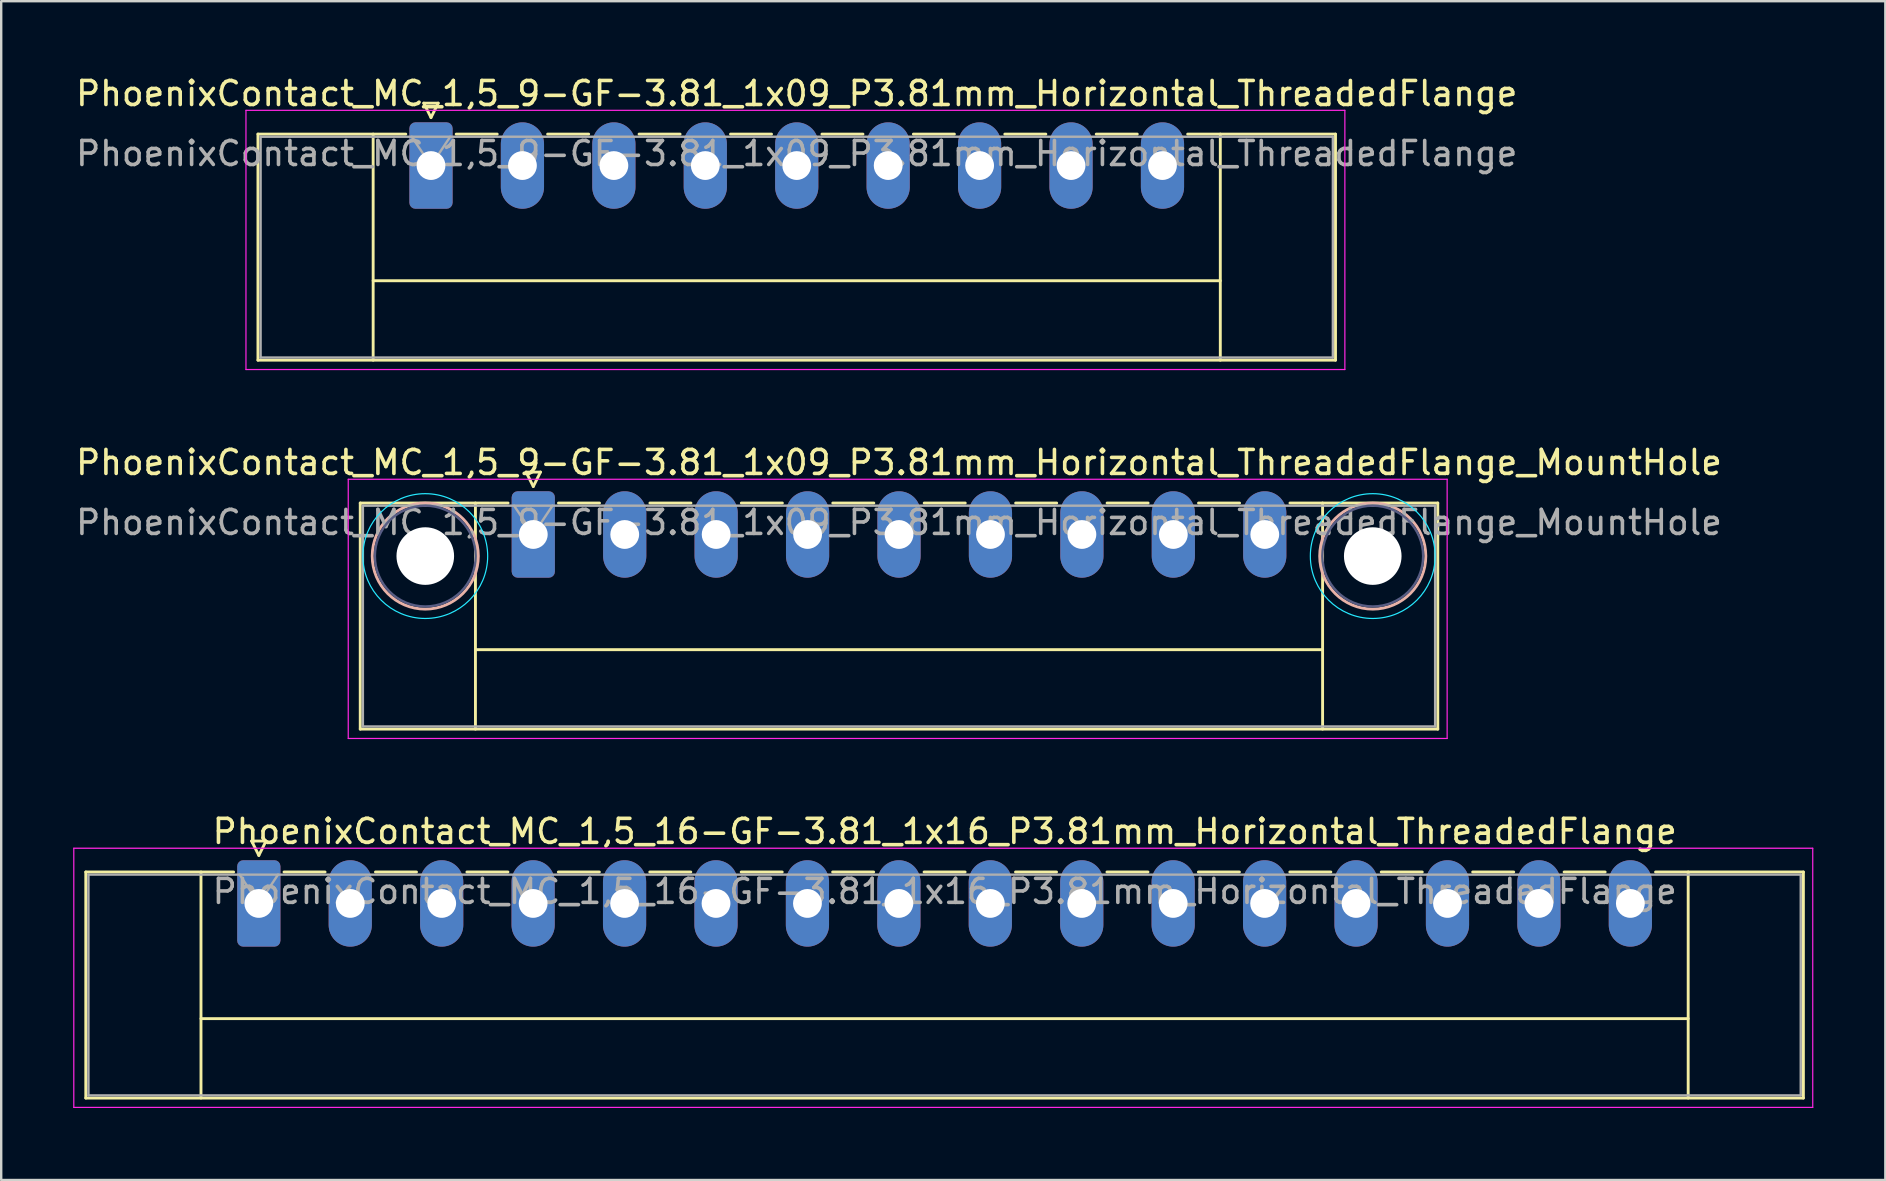
<source format=kicad_pcb>
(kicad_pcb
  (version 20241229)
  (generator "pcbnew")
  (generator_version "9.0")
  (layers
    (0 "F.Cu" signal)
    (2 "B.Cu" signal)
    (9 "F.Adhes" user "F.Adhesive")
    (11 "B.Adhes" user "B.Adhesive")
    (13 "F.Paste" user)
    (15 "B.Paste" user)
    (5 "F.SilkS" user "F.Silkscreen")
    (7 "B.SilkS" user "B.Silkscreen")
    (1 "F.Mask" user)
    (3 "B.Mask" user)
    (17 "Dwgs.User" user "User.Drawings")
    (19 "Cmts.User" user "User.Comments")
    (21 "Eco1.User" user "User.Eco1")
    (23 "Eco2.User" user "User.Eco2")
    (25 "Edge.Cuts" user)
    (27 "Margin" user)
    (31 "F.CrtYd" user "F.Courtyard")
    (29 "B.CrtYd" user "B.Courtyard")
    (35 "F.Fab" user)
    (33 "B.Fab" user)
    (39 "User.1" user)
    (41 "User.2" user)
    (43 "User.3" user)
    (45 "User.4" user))
  (footprint "PhoenixContact_MC_1,5_9-GF-3.81_1x09_P3.81mm_Horizontal_ThreadedFlange"
    (layer "F.Cu")
    (at 14.909 3.848)
    (property "Reference" "PhoenixContact_MC_1,5_9-GF-3.81_1x09_P3.81mm_Horizontal_ThreadedFlange" (at 15.24 -3 0) (layer "F.SilkS") (effects (font (size 1 1) (thickness 0.15))))
    (attr through_hole)
    (fp_line (start -7.21 -1.31) (end -7.21 8.11) (stroke (width 0.12) (type solid)) (layer "F.SilkS"))
    (fp_line (start -7.21 -1.31) (end -1.05 -1.31) (stroke (width 0.12) (type solid)) (layer "F.SilkS"))
    (fp_line (start -7.21 8.11) (end 37.69 8.11) (stroke (width 0.12) (type solid)) (layer "F.SilkS"))
    (fp_line (start -2.41 -1.31) (end -2.41 8.11) (stroke (width 0.12) (type solid)) (layer "F.SilkS"))
    (fp_line (start -2.41 4.8) (end 32.89 4.8) (stroke (width 0.12) (type solid)) (layer "F.SilkS"))
    (fp_line (start -0.3 -2.6) (end 0.3 -2.6) (stroke (width 0.12) (type solid)) (layer "F.SilkS"))
    (fp_line (start 0 -2) (end -0.3 -2.6) (stroke (width 0.12) (type solid)) (layer "F.SilkS"))
    (fp_line (start 0.3 -2.6) (end 0 -2) (stroke (width 0.12) (type solid)) (layer "F.SilkS"))
    (fp_line (start 1.05 -1.31) (end 2.76 -1.31) (stroke (width 0.12) (type solid)) (layer "F.SilkS"))
    (fp_line (start 4.86 -1.31) (end 6.57 -1.31) (stroke (width 0.12) (type solid)) (layer "F.SilkS"))
    (fp_line (start 8.67 -1.31) (end 10.38 -1.31) (stroke (width 0.12) (type solid)) (layer "F.SilkS"))
    (fp_line (start 12.48 -1.31) (end 14.19 -1.31) (stroke (width 0.12) (type solid)) (layer "F.SilkS"))
    (fp_line (start 16.29 -1.31) (end 18 -1.31) (stroke (width 0.12) (type solid)) (layer "F.SilkS"))
    (fp_line (start 20.1 -1.31) (end 21.81 -1.31) (stroke (width 0.12) (type solid)) (layer "F.SilkS"))
    (fp_line (start 23.91 -1.31) (end 25.62 -1.31) (stroke (width 0.12) (type solid)) (layer "F.SilkS"))
    (fp_line (start 27.72 -1.31) (end 29.43 -1.31) (stroke (width 0.12) (type solid)) (layer "F.SilkS"))
    (fp_line (start 32.89 -1.31) (end 32.89 8.11) (stroke (width 0.12) (type solid)) (layer "F.SilkS"))
    (fp_line (start 37.69 -1.31) (end 31.53 -1.31) (stroke (width 0.12) (type solid)) (layer "F.SilkS"))
    (fp_line (start 37.69 8.11) (end 37.69 -1.31) (stroke (width 0.12) (type solid)) (layer "F.SilkS"))
    (fp_line (start -7.71 -2.3) (end -7.71 8.5) (stroke (width 0.05) (type solid)) (layer "F.CrtYd"))
    (fp_line (start -7.71 8.5) (end 38.08 8.5) (stroke (width 0.05) (type solid)) (layer "F.CrtYd"))
    (fp_line (start 38.08 -2.3) (end -7.71 -2.3) (stroke (width 0.05) (type solid)) (layer "F.CrtYd"))
    (fp_line (start 38.08 8.5) (end 38.08 -2.3) (stroke (width 0.05) (type solid)) (layer "F.CrtYd"))
    (fp_line (start -7.1 -1.2) (end -7.1 8) (stroke (width 0.1) (type solid)) (layer "F.Fab"))
    (fp_line (start -7.1 8) (end 37.58 8) (stroke (width 0.1) (type solid)) (layer "F.Fab"))
    (fp_line (start 0 0) (end -0.8 -1.2) (stroke (width 0.1) (type solid)) (layer "F.Fab"))
    (fp_line (start 0.8 -1.2) (end 0 0) (stroke (width 0.1) (type solid)) (layer "F.Fab"))
    (fp_line (start 37.58 -1.2) (end -7.1 -1.2) (stroke (width 0.1) (type solid)) (layer "F.Fab"))
    (fp_line (start 37.58 8) (end 37.58 -1.2) (stroke (width 0.1) (type solid)) (layer "F.Fab"))
    (fp_text user "${REFERENCE}" (at 15.24 -0.5 0) (layer "F.Fab") (effects (font (size 1 1) (thickness 0.15))))
    (pad "1" thru_hole roundrect (at 0 0) (size 1.8 3.6) (drill 1.2) (layers "*.Cu" "*.Mask") (roundrect_rratio 0.139))
    (pad "2" thru_hole oval (at 3.81 0) (size 1.8 3.6) (drill 1.2) (layers "*.Cu" "*.Mask"))
    (pad "3" thru_hole oval (at 7.62 0) (size 1.8 3.6) (drill 1.2) (layers "*.Cu" "*.Mask"))
    (pad "4" thru_hole oval (at 11.43 0) (size 1.8 3.6) (drill 1.2) (layers "*.Cu" "*.Mask"))
    (pad "5" thru_hole oval (at 15.24 0) (size 1.8 3.6) (drill 1.2) (layers "*.Cu" "*.Mask"))
    (pad "6" thru_hole oval (at 19.05 0) (size 1.8 3.6) (drill 1.2) (layers "*.Cu" "*.Mask"))
    (pad "7" thru_hole oval (at 22.86 0) (size 1.8 3.6) (drill 1.2) (layers "*.Cu" "*.Mask"))
    (pad "8" thru_hole oval (at 26.67 0) (size 1.8 3.6) (drill 1.2) (layers "*.Cu" "*.Mask"))
    (pad "9" thru_hole oval (at 30.48 0) (size 1.8 3.6) (drill 1.2) (layers "*.Cu" "*.Mask")))
  (footprint "PhoenixContact_MC_1,5_9-GF-3.81_1x09_P3.81mm_Horizontal_ThreadedFlange_MountHole"
    (layer "F.Cu")
    (at 19.171 19.221)
    (property "Reference" "PhoenixContact_MC_1,5_9-GF-3.81_1x09_P3.81mm_Horizontal_ThreadedFlange_MountHole" (at 15.24 -3 0) (layer "F.SilkS") (effects (font (size 1 1) (thickness 0.15))))
    (attr through_hole)
    (fp_line (start -7.21 -1.31) (end -7.21 8.11) (stroke (width 0.12) (type solid)) (layer "F.SilkS"))
    (fp_line (start -7.21 -1.31) (end -1.05 -1.31) (stroke (width 0.12) (type solid)) (layer "F.SilkS"))
    (fp_line (start -7.21 8.11) (end 37.69 8.11) (stroke (width 0.12) (type solid)) (layer "F.SilkS"))
    (fp_line (start -2.41 -1.31) (end -2.41 8.11) (stroke (width 0.12) (type solid)) (layer "F.SilkS"))
    (fp_line (start -2.41 4.8) (end 32.89 4.8) (stroke (width 0.12) (type solid)) (layer "F.SilkS"))
    (fp_line (start -0.3 -2.6) (end 0.3 -2.6) (stroke (width 0.12) (type solid)) (layer "F.SilkS"))
    (fp_line (start 0 -2) (end -0.3 -2.6) (stroke (width 0.12) (type solid)) (layer "F.SilkS"))
    (fp_line (start 0.3 -2.6) (end 0 -2) (stroke (width 0.12) (type solid)) (layer "F.SilkS"))
    (fp_line (start 1.05 -1.31) (end 2.76 -1.31) (stroke (width 0.12) (type solid)) (layer "F.SilkS"))
    (fp_line (start 4.86 -1.31) (end 6.57 -1.31) (stroke (width 0.12) (type solid)) (layer "F.SilkS"))
    (fp_line (start 8.67 -1.31) (end 10.38 -1.31) (stroke (width 0.12) (type solid)) (layer "F.SilkS"))
    (fp_line (start 12.48 -1.31) (end 14.19 -1.31) (stroke (width 0.12) (type solid)) (layer "F.SilkS"))
    (fp_line (start 16.29 -1.31) (end 18 -1.31) (stroke (width 0.12) (type solid)) (layer "F.SilkS"))
    (fp_line (start 20.1 -1.31) (end 21.81 -1.31) (stroke (width 0.12) (type solid)) (layer "F.SilkS"))
    (fp_line (start 23.91 -1.31) (end 25.62 -1.31) (stroke (width 0.12) (type solid)) (layer "F.SilkS"))
    (fp_line (start 27.72 -1.31) (end 29.43 -1.31) (stroke (width 0.12) (type solid)) (layer "F.SilkS"))
    (fp_line (start 32.89 -1.31) (end 32.89 8.11) (stroke (width 0.12) (type solid)) (layer "F.SilkS"))
    (fp_line (start 37.69 -1.31) (end 31.53 -1.31) (stroke (width 0.12) (type solid)) (layer "F.SilkS"))
    (fp_line (start 37.69 8.11) (end 37.69 -1.31) (stroke (width 0.12) (type solid)) (layer "F.SilkS"))
    (fp_circle (center -4.5 0.9) (end -2.29 0.9) (stroke (width 0.12) (type solid)) (fill no) (layer "B.SilkS"))
    (fp_circle (center 34.98 0.9) (end 37.19 0.9) (stroke (width 0.12) (type solid)) (fill no) (layer "B.SilkS"))
    (fp_circle (center -4.5 0.9) (end -1.9 0.9) (stroke (width 0.05) (type solid)) (fill no) (layer "B.CrtYd"))
    (fp_circle (center 34.98 0.9) (end 37.58 0.9) (stroke (width 0.05) (type solid)) (fill no) (layer "B.CrtYd"))
    (fp_line (start -7.71 -2.3) (end -7.71 8.5) (stroke (width 0.05) (type solid)) (layer "F.CrtYd"))
    (fp_line (start -7.71 8.5) (end 38.08 8.5) (stroke (width 0.05) (type solid)) (layer "F.CrtYd"))
    (fp_line (start 38.08 -2.3) (end -7.71 -2.3) (stroke (width 0.05) (type solid)) (layer "F.CrtYd"))
    (fp_line (start 38.08 8.5) (end 38.08 -2.3) (stroke (width 0.05) (type solid)) (layer "F.CrtYd"))
    (fp_circle (center -4.5 0.9) (end -2.4 0.9) (stroke (width 0.1) (type solid)) (fill no) (layer "B.Fab"))
    (fp_circle (center 34.98 0.9) (end 37.08 0.9) (stroke (width 0.1) (type solid)) (fill no) (layer "B.Fab"))
    (fp_line (start -7.1 -1.2) (end -7.1 8) (stroke (width 0.1) (type solid)) (layer "F.Fab"))
    (fp_line (start -7.1 8) (end 37.58 8) (stroke (width 0.1) (type solid)) (layer "F.Fab"))
    (fp_line (start 0 0) (end -0.8 -1.2) (stroke (width 0.1) (type solid)) (layer "F.Fab"))
    (fp_line (start 0.8 -1.2) (end 0 0) (stroke (width 0.1) (type solid)) (layer "F.Fab"))
    (fp_line (start 37.58 -1.2) (end -7.1 -1.2) (stroke (width 0.1) (type solid)) (layer "F.Fab"))
    (fp_line (start 37.58 8) (end 37.58 -1.2) (stroke (width 0.1) (type solid)) (layer "F.Fab"))
    (fp_text user "${REFERENCE}" (at 15.24 -0.5 0) (layer "F.Fab") (effects (font (size 1 1) (thickness 0.15))))
    (pad "" np_thru_hole circle (at -4.5 0.9) (size 2.4 2.4) (drill 2.4) (layers "*.Cu" "*.Mask"))
    (pad "" np_thru_hole circle (at 34.98 0.9) (size 2.4 2.4) (drill 2.4) (layers "*.Cu" "*.Mask"))
    (pad "1" thru_hole roundrect (at 0 0) (size 1.8 3.6) (drill 1.2) (layers "*.Cu" "*.Mask") (roundrect_rratio 0.139))
    (pad "2" thru_hole oval (at 3.81 0) (size 1.8 3.6) (drill 1.2) (layers "*.Cu" "*.Mask"))
    (pad "3" thru_hole oval (at 7.62 0) (size 1.8 3.6) (drill 1.2) (layers "*.Cu" "*.Mask"))
    (pad "4" thru_hole oval (at 11.43 0) (size 1.8 3.6) (drill 1.2) (layers "*.Cu" "*.Mask"))
    (pad "5" thru_hole oval (at 15.24 0) (size 1.8 3.6) (drill 1.2) (layers "*.Cu" "*.Mask"))
    (pad "6" thru_hole oval (at 19.05 0) (size 1.8 3.6) (drill 1.2) (layers "*.Cu" "*.Mask"))
    (pad "7" thru_hole oval (at 22.86 0) (size 1.8 3.6) (drill 1.2) (layers "*.Cu" "*.Mask"))
    (pad "8" thru_hole oval (at 26.67 0) (size 1.8 3.6) (drill 1.2) (layers "*.Cu" "*.Mask"))
    (pad "9" thru_hole oval (at 30.48 0) (size 1.8 3.6) (drill 1.2) (layers "*.Cu" "*.Mask")))
  (footprint "PhoenixContact_MC_1,5_16-GF-3.81_1x16_P3.81mm_Horizontal_ThreadedFlange"
    (layer "F.Cu")
    (at 7.735 34.595)
    (property "Reference" "PhoenixContact_MC_1,5_16-GF-3.81_1x16_P3.81mm_Horizontal_ThreadedFlange" (at 28.58 -3 0) (layer "F.SilkS") (effects (font (size 1 1) (thickness 0.15))))
    (attr through_hole)
    (fp_line (start -7.21 -1.31) (end -7.21 8.11) (stroke (width 0.12) (type solid)) (layer "F.SilkS"))
    (fp_line (start -7.21 -1.31) (end -1.05 -1.31) (stroke (width 0.12) (type solid)) (layer "F.SilkS"))
    (fp_line (start -7.21 8.11) (end 64.36 8.11) (stroke (width 0.12) (type solid)) (layer "F.SilkS"))
    (fp_line (start -2.41 -1.31) (end -2.41 8.11) (stroke (width 0.12) (type solid)) (layer "F.SilkS"))
    (fp_line (start -2.41 4.8) (end 59.56 4.8) (stroke (width 0.12) (type solid)) (layer "F.SilkS"))
    (fp_line (start -0.3 -2.6) (end 0.3 -2.6) (stroke (width 0.12) (type solid)) (layer "F.SilkS"))
    (fp_line (start 0 -2) (end -0.3 -2.6) (stroke (width 0.12) (type solid)) (layer "F.SilkS"))
    (fp_line (start 0.3 -2.6) (end 0 -2) (stroke (width 0.12) (type solid)) (layer "F.SilkS"))
    (fp_line (start 1.05 -1.31) (end 2.76 -1.31) (stroke (width 0.12) (type solid)) (layer "F.SilkS"))
    (fp_line (start 4.86 -1.31) (end 6.57 -1.31) (stroke (width 0.12) (type solid)) (layer "F.SilkS"))
    (fp_line (start 8.67 -1.31) (end 10.38 -1.31) (stroke (width 0.12) (type solid)) (layer "F.SilkS"))
    (fp_line (start 12.48 -1.31) (end 14.19 -1.31) (stroke (width 0.12) (type solid)) (layer "F.SilkS"))
    (fp_line (start 16.29 -1.31) (end 18 -1.31) (stroke (width 0.12) (type solid)) (layer "F.SilkS"))
    (fp_line (start 20.1 -1.31) (end 21.81 -1.31) (stroke (width 0.12) (type solid)) (layer "F.SilkS"))
    (fp_line (start 23.91 -1.31) (end 25.62 -1.31) (stroke (width 0.12) (type solid)) (layer "F.SilkS"))
    (fp_line (start 27.72 -1.31) (end 29.43 -1.31) (stroke (width 0.12) (type solid)) (layer "F.SilkS"))
    (fp_line (start 31.53 -1.31) (end 33.24 -1.31) (stroke (width 0.12) (type solid)) (layer "F.SilkS"))
    (fp_line (start 35.34 -1.31) (end 37.05 -1.31) (stroke (width 0.12) (type solid)) (layer "F.SilkS"))
    (fp_line (start 39.15 -1.31) (end 40.86 -1.31) (stroke (width 0.12) (type solid)) (layer "F.SilkS"))
    (fp_line (start 42.96 -1.31) (end 44.67 -1.31) (stroke (width 0.12) (type solid)) (layer "F.SilkS"))
    (fp_line (start 46.77 -1.31) (end 48.48 -1.31) (stroke (width 0.12) (type solid)) (layer "F.SilkS"))
    (fp_line (start 50.58 -1.31) (end 52.29 -1.31) (stroke (width 0.12) (type solid)) (layer "F.SilkS"))
    (fp_line (start 54.39 -1.31) (end 56.1 -1.31) (stroke (width 0.12) (type solid)) (layer "F.SilkS"))
    (fp_line (start 59.56 -1.31) (end 59.56 8.11) (stroke (width 0.12) (type solid)) (layer "F.SilkS"))
    (fp_line (start 64.36 -1.31) (end 58.2 -1.31) (stroke (width 0.12) (type solid)) (layer "F.SilkS"))
    (fp_line (start 64.36 8.11) (end 64.36 -1.31) (stroke (width 0.12) (type solid)) (layer "F.SilkS"))
    (fp_line (start -7.71 -2.3) (end -7.71 8.5) (stroke (width 0.05) (type solid)) (layer "F.CrtYd"))
    (fp_line (start -7.71 8.5) (end 64.75 8.5) (stroke (width 0.05) (type solid)) (layer "F.CrtYd"))
    (fp_line (start 64.75 -2.3) (end -7.71 -2.3) (stroke (width 0.05) (type solid)) (layer "F.CrtYd"))
    (fp_line (start 64.75 8.5) (end 64.75 -2.3) (stroke (width 0.05) (type solid)) (layer "F.CrtYd"))
    (fp_line (start -7.1 -1.2) (end -7.1 8) (stroke (width 0.1) (type solid)) (layer "F.Fab"))
    (fp_line (start -7.1 8) (end 64.25 8) (stroke (width 0.1) (type solid)) (layer "F.Fab"))
    (fp_line (start 0 0) (end -0.8 -1.2) (stroke (width 0.1) (type solid)) (layer "F.Fab"))
    (fp_line (start 0.8 -1.2) (end 0 0) (stroke (width 0.1) (type solid)) (layer "F.Fab"))
    (fp_line (start 64.25 -1.2) (end -7.1 -1.2) (stroke (width 0.1) (type solid)) (layer "F.Fab"))
    (fp_line (start 64.25 8) (end 64.25 -1.2) (stroke (width 0.1) (type solid)) (layer "F.Fab"))
    (fp_text user "${REFERENCE}" (at 28.58 -0.5 0) (layer "F.Fab") (effects (font (size 1 1) (thickness 0.15))))
    (pad "1" thru_hole roundrect (at 0 0) (size 1.8 3.6) (drill 1.2) (layers "*.Cu" "*.Mask") (roundrect_rratio 0.139))
    (pad "2" thru_hole oval (at 3.81 0) (size 1.8 3.6) (drill 1.2) (layers "*.Cu" "*.Mask"))
    (pad "3" thru_hole oval (at 7.62 0) (size 1.8 3.6) (drill 1.2) (layers "*.Cu" "*.Mask"))
    (pad "4" thru_hole oval (at 11.43 0) (size 1.8 3.6) (drill 1.2) (layers "*.Cu" "*.Mask"))
    (pad "5" thru_hole oval (at 15.24 0) (size 1.8 3.6) (drill 1.2) (layers "*.Cu" "*.Mask"))
    (pad "6" thru_hole oval (at 19.05 0) (size 1.8 3.6) (drill 1.2) (layers "*.Cu" "*.Mask"))
    (pad "7" thru_hole oval (at 22.86 0) (size 1.8 3.6) (drill 1.2) (layers "*.Cu" "*.Mask"))
    (pad "8" thru_hole oval (at 26.67 0) (size 1.8 3.6) (drill 1.2) (layers "*.Cu" "*.Mask"))
    (pad "9" thru_hole oval (at 30.48 0) (size 1.8 3.6) (drill 1.2) (layers "*.Cu" "*.Mask"))
    (pad "10" thru_hole oval (at 34.29 0) (size 1.8 3.6) (drill 1.2) (layers "*.Cu" "*.Mask"))
    (pad "11" thru_hole oval (at 38.1 0) (size 1.8 3.6) (drill 1.2) (layers "*.Cu" "*.Mask"))
    (pad "12" thru_hole oval (at 41.91 0) (size 1.8 3.6) (drill 1.2) (layers "*.Cu" "*.Mask"))
    (pad "13" thru_hole oval (at 45.72 0) (size 1.8 3.6) (drill 1.2) (layers "*.Cu" "*.Mask"))
    (pad "14" thru_hole oval (at 49.53 0) (size 1.8 3.6) (drill 1.2) (layers "*.Cu" "*.Mask"))
    (pad "15" thru_hole oval (at 53.34 0) (size 1.8 3.6) (drill 1.2) (layers "*.Cu" "*.Mask"))
    (pad "16" thru_hole oval (at 57.15 0) (size 1.8 3.6) (drill 1.2) (layers "*.Cu" "*.Mask")))
  (gr_rect
    (start -3 -3)
    (end 75.51 46.12)
    (stroke (width 0.1) (type default))
    (fill no)
    (layer "Edge.Cuts")))
</source>
